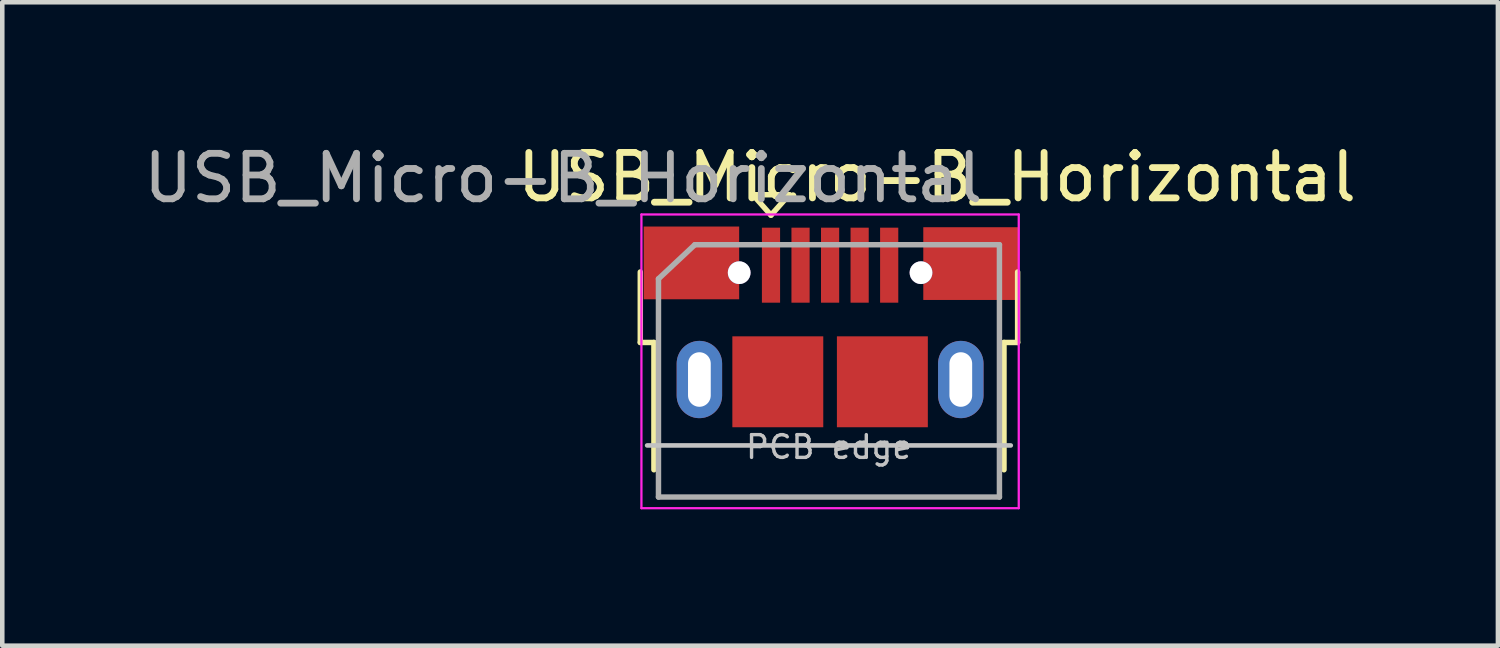
<source format=kicad_pcb>
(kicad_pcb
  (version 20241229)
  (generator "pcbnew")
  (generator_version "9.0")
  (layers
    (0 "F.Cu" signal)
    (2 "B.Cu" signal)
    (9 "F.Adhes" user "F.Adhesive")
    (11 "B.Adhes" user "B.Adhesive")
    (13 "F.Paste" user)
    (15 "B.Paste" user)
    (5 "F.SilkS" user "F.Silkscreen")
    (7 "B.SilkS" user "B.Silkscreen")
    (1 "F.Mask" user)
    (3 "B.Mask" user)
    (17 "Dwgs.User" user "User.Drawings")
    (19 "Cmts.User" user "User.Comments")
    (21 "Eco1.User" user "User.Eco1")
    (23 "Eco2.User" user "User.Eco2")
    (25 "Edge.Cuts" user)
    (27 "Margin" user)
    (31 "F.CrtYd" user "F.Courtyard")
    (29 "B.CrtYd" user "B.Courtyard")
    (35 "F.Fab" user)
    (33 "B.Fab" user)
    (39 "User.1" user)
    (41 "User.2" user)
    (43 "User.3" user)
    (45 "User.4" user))
  (footprint "USB_Micro-B_Horizontal"
    (layer "F.Cu")
    (at 15.209 4.548)
    (property "Reference" "USB_Micro-B_Horizontal" (at 2.35 -3.7 0) (layer "F.SilkS") (effects (font (size 1 1) (thickness 0.15))))
    (attr smd)
    (fp_line (start -4.175 -0.065) (end -4.175 -1.615) (stroke (width 0.12) (type solid)) (layer "F.SilkS"))
    (fp_line (start -4.175 -0.065) (end -3.875 -0.065) (stroke (width 0.12) (type solid)) (layer "F.SilkS"))
    (fp_line (start -3.875 2.735) (end -3.875 -0.065) (stroke (width 0.12) (type solid)) (layer "F.SilkS"))
    (fp_line (start -1.7 -3.315) (end -0.9 -3.315) (stroke (width 0.12) (type solid)) (layer "F.SilkS"))
    (fp_line (start -1.3 -2.865) (end -1.7 -3.315) (stroke (width 0.12) (type solid)) (layer "F.SilkS"))
    (fp_line (start -0.9 -3.315) (end -1.3 -2.865) (stroke (width 0.12) (type solid)) (layer "F.SilkS"))
    (fp_line (start 3.825 -0.065) (end 4.125 -0.065) (stroke (width 0.12) (type solid)) (layer "F.SilkS"))
    (fp_line (start 3.825 2.735) (end 3.825 -0.065) (stroke (width 0.12) (type solid)) (layer "F.SilkS"))
    (fp_line (start 4.125 -0.065) (end 4.125 -1.615) (stroke (width 0.12) (type solid)) (layer "F.SilkS"))
    (fp_line (start -4.025 2.2) (end 3.975 2.2) (stroke (width 0.1) (type solid)) (layer "Dwgs.User"))
    (fp_line (start -4.15 -2.88) (end -4.15 3.58) (stroke (width 0.05) (type solid)) (layer "F.CrtYd"))
    (fp_line (start -4.15 -2.88) (end 4.15 -2.88) (stroke (width 0.05) (type solid)) (layer "F.CrtYd"))
    (fp_line (start 4.15 3.58) (end -4.15 3.58) (stroke (width 0.05) (type solid)) (layer "F.CrtYd"))
    (fp_line (start 4.15 3.58) (end 4.15 -2.88) (stroke (width 0.05) (type solid)) (layer "F.CrtYd"))
    (fp_line (start -3.775 -1.465) (end -2.975 -2.215) (stroke (width 0.12) (type solid)) (layer "F.Fab"))
    (fp_line (start -3.775 3.335) (end -3.775 -1.465) (stroke (width 0.12) (type solid)) (layer "F.Fab"))
    (fp_line (start -2.975 -2.215) (end 3.725 -2.215) (stroke (width 0.12) (type solid)) (layer "F.Fab"))
    (fp_line (start 3.725 -2.215) (end 3.725 3.335) (stroke (width 0.12) (type solid)) (layer "F.Fab"))
    (fp_line (start 3.725 3.335) (end -3.775 3.335) (stroke (width 0.12) (type solid)) (layer "F.Fab"))
    (fp_text user "PCB edge" (at -0.025 2.235 0) (layer "Dwgs.User") (effects (font (size 0.5 0.5) (thickness 0.075))))
    (fp_text user "${REFERENCE}" (at -5.87 -3.68 0) (layer "F.Fab") (effects (font (size 1 1) (thickness 0.15))))
    (pad "1" smd rect (at -1.3 -1.765 90) (size 1.65 0.4) (layers "F.Cu" "F.Mask" "F.Paste"))
    (pad "2" smd rect (at -0.65 -1.765 90) (size 1.65 0.4) (layers "F.Cu" "F.Mask" "F.Paste"))
    (pad "3" smd rect (at 0 -1.765 90) (size 1.65 0.4) (layers "F.Cu" "F.Mask" "F.Paste"))
    (pad "4" smd rect (at 0.65 -1.765 90) (size 1.65 0.4) (layers "F.Cu" "F.Mask" "F.Paste"))
    (pad "5" smd rect (at 1.3 -1.765 90) (size 1.65 0.4) (layers "F.Cu" "F.Mask" "F.Paste"))
    (pad "6" smd rect (at -3.05 -1.815) (size 2.1 1.6) (layers "F.Cu" "F.Mask" "F.Paste"))
    (pad "6" thru_hole oval (at -2.875 0.75 90) (size 1.7 1) (drill oval 1.2 0.5) (layers "*.Cu" "*.Mask"))
    (pad "6" thru_hole circle (at -2 -1.6 90) (size 0.5 0.5) (drill 0.5) (layers "*.Cu" "*.Mask"))
    (pad "6" smd rect (at -1.15 0.8 90) (size 2 2) (layers "F.Cu" "F.Mask" "F.Paste"))
    (pad "6" smd rect (at 1.15 0.8 90) (size 2 2) (layers "F.Cu" "F.Mask" "F.Paste"))
    (pad "6" thru_hole circle (at 2 -1.6 90) (size 0.5 0.5) (drill 0.5) (layers "*.Cu" "*.Mask"))
    (pad "6" thru_hole oval (at 2.875 0.75 90) (size 1.7 1) (drill oval 1.2 0.5) (layers "*.Cu" "*.Mask"))
    (pad "6" smd rect (at 3.1 -1.8) (size 2.1 1.6) (layers "F.Cu" "F.Mask" "F.Paste")))
  (gr_rect
    (start -3 -3)
    (end 29.899 11.153)
    (stroke (width 0.1) (type default))
    (fill no)
    (layer "Edge.Cuts")))
</source>
